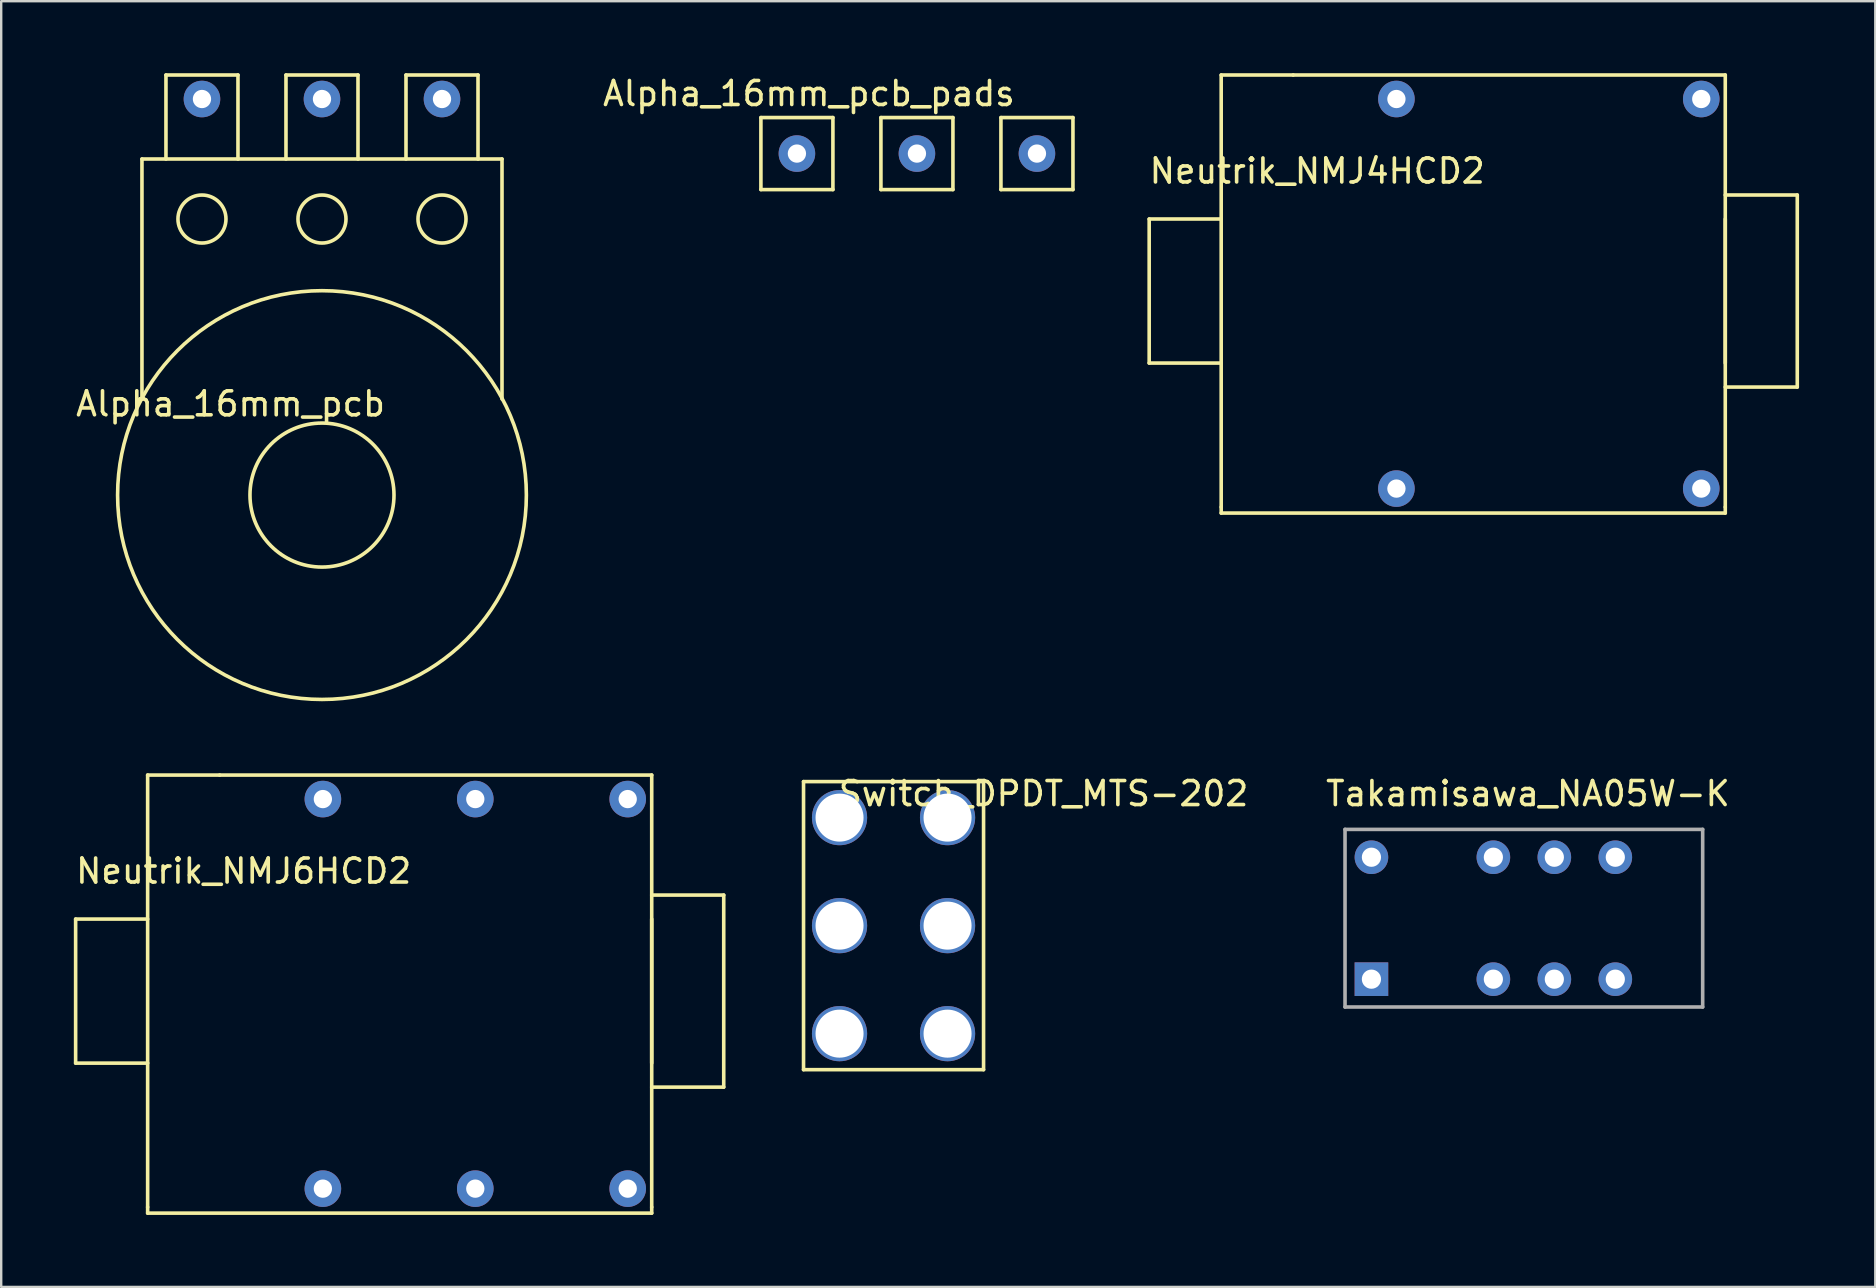
<source format=kicad_pcb>
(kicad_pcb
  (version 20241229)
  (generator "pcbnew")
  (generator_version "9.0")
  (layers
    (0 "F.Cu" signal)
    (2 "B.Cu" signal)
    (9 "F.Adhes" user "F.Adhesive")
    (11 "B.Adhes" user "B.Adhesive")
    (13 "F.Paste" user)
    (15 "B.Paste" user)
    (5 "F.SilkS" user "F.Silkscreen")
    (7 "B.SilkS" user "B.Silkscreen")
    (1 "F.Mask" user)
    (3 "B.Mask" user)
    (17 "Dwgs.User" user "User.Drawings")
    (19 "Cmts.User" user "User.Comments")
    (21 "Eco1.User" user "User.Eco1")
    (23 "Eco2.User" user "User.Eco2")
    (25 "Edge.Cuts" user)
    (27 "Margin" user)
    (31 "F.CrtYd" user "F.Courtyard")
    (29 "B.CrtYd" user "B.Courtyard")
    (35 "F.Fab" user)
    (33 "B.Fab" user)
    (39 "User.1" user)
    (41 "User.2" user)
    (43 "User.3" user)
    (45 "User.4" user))
  (footprint "Alpha_16mm_pcb_pads"
    (layer "F.Cu")
    (at 35.15 3.348)
    (property "Reference" "Alpha_16mm_pcb_pads" (at -4.5 -2.5 0) (layer "F.SilkS") (effects (font (size 1 1) (thickness 0.15))))
    (attr through_hole)
    (fp_line (start -6.5 -1.5) (end -6.5 1.5) (stroke (width 0.15) (type solid)) (layer "F.SilkS"))
    (fp_line (start -6.5 -1.5) (end -3.5 -1.5) (stroke (width 0.15) (type solid)) (layer "F.SilkS"))
    (fp_line (start -3.5 -1.5) (end -3.5 1.5) (stroke (width 0.15) (type solid)) (layer "F.SilkS"))
    (fp_line (start -3.5 1.5) (end -6.5 1.5) (stroke (width 0.15) (type solid)) (layer "F.SilkS"))
    (fp_line (start -1.5 -1.5) (end -1.5 1.5) (stroke (width 0.15) (type solid)) (layer "F.SilkS"))
    (fp_line (start -1.5 -1.5) (end 1.5 -1.5) (stroke (width 0.15) (type solid)) (layer "F.SilkS"))
    (fp_line (start 1.5 -1.5) (end 1.5 1.5) (stroke (width 0.15) (type solid)) (layer "F.SilkS"))
    (fp_line (start 1.5 1.5) (end -1.5 1.5) (stroke (width 0.15) (type solid)) (layer "F.SilkS"))
    (fp_line (start 3.5 -1.5) (end 3.5 1.5) (stroke (width 0.15) (type solid)) (layer "F.SilkS"))
    (fp_line (start 3.5 -1.5) (end 6.5 -1.5) (stroke (width 0.15) (type solid)) (layer "F.SilkS"))
    (fp_line (start 6.5 1.5) (end 3.5 1.5) (stroke (width 0.15) (type solid)) (layer "F.SilkS"))
    (fp_line (start 6.5 1.5) (end 6.5 -1.5) (stroke (width 0.15) (type solid)) (layer "F.SilkS"))
    (pad "1" thru_hole circle (at 5 0) (size 1.524 1.524) (drill 0.762) (layers "*.Cu" "*.Mask"))
    (pad "2" thru_hole circle (at 0 0) (size 1.524 1.524) (drill 0.762) (layers "*.Cu" "*.Mask"))
    (pad "3" thru_hole circle (at -5 0) (size 1.524 1.524) (drill 0.762) (layers "*.Cu" "*.Mask")))
  (footprint "Takamisawa_NA05W-K"
    (layer "F.Cu")
    (at 56.625 35.203)
    (property "Reference" "Takamisawa_NA05W-K" (at 3.98 -5.19 0) (layer "F.SilkS") (effects (font (size 1 1) (thickness 0.15))))
    (attr through_hole)
    (fp_line (start -3.64 -3.7) (end -3.64 3.7) (stroke (width 0.15) (type solid)) (layer "F.Fab"))
    (fp_line (start -3.64 3.7) (end 11.26 3.7) (stroke (width 0.15) (type solid)) (layer "F.Fab"))
    (fp_line (start 11.26 -3.7) (end -3.64 -3.7) (stroke (width 0.15) (type solid)) (layer "F.Fab"))
    (fp_line (start 11.26 3.7) (end 11.26 -3.7) (stroke (width 0.15) (type solid)) (layer "F.Fab"))
    (pad "1" thru_hole circle (at -2.54 -2.54) (size 1.4 1.4) (drill 0.8) (layers "*.Cu" "*.Mask"))
    (pad "3" thru_hole circle (at 2.54 -2.54) (size 1.4 1.4) (drill 0.8) (layers "*.Cu" "*.Mask"))
    (pad "4" thru_hole circle (at 5.08 -2.54) (size 1.4 1.4) (drill 0.8) (layers "*.Cu" "*.Mask"))
    (pad "5" thru_hole circle (at 7.62 -2.54) (size 1.4 1.4) (drill 0.8) (layers "*.Cu" "*.Mask"))
    (pad "8" thru_hole circle (at 7.62 2.54) (size 1.4 1.4) (drill 0.8) (layers "*.Cu" "*.Mask"))
    (pad "9" thru_hole circle (at 5.08 2.54) (size 1.4 1.4) (drill 0.8) (layers "*.Cu" "*.Mask"))
    (pad "10" thru_hole circle (at 2.54 2.54) (size 1.4 1.4) (drill 0.8) (layers "*.Cu" "*.Mask"))
    (pad "12" thru_hole rect (at -2.54 2.54) (size 1.4 1.4) (drill 0.8) (layers "*.Cu" "*.Mask")))
  (footprint "Neutrik_NMJ4HCD2"
    (layer "F.Cu")
    (at 71.826 9.075)
    (property "Reference" "Neutrik_NMJ4HCD2" (at -20 -5 0) (layer "F.SilkS") (effects (font (size 1 1) (thickness 0.15))))
    (attr through_hole)
    (fp_line (start -27 -3) (end -27 3) (stroke (width 0.15) (type solid)) (layer "F.SilkS"))
    (fp_line (start -27 -3) (end -24 -3) (stroke (width 0.15) (type solid)) (layer "F.SilkS"))
    (fp_line (start -24 -9) (end -24 9) (stroke (width 0.15) (type solid)) (layer "F.SilkS"))
    (fp_line (start -24 3) (end -27 3) (stroke (width 0.15) (type solid)) (layer "F.SilkS"))
    (fp_line (start -24 9.25) (end -24 9) (stroke (width 0.15) (type solid)) (layer "F.SilkS"))
    (fp_line (start -21 -9) (end -24 -9) (stroke (width 0.15) (type solid)) (layer "F.SilkS"))
    (fp_line (start -3 -9) (end -21 -9) (stroke (width 0.15) (type solid)) (layer "F.SilkS"))
    (fp_line (start -3 -4) (end 0 -4) (stroke (width 0.15) (type solid)) (layer "F.SilkS"))
    (fp_line (start -3 -3) (end -3 3) (stroke (width 0.15) (type solid)) (layer "F.SilkS"))
    (fp_line (start -3 9) (end -3 -9) (stroke (width 0.15) (type solid)) (layer "F.SilkS"))
    (fp_line (start -3 9) (end -3 9.25) (stroke (width 0.15) (type solid)) (layer "F.SilkS"))
    (fp_line (start -3 9.25) (end -24 9.25) (stroke (width 0.15) (type solid)) (layer "F.SilkS"))
    (fp_line (start 0 -4) (end 0 4) (stroke (width 0.15) (type solid)) (layer "F.SilkS"))
    (fp_line (start 0 4) (end -3 4) (stroke (width 0.15) (type solid)) (layer "F.SilkS"))
    (pad "S" thru_hole circle (at -4 -8) (size 1.524 1.524) (drill 0.762) (layers "*.Cu" "*.Mask"))
    (pad "SN" thru_hole circle (at -4 8.23) (size 1.524 1.524) (drill 0.762) (layers "*.Cu" "*.Mask"))
    (pad "T" thru_hole circle (at -16.7 -8) (size 1.524 1.524) (drill 0.762) (layers "*.Cu" "*.Mask"))
    (pad "TN" thru_hole circle (at -16.7 8.23) (size 1.524 1.524) (drill 0.762) (layers "*.Cu" "*.Mask")))
  (footprint "Switch_DPDT_MTS-202"
    (layer "F.Cu")
    (at 31.926 31.013)
    (property "Reference" "Switch_DPDT_MTS-202" (at 8.5 -1 0) (layer "F.SilkS") (effects (font (size 1 1) (thickness 0.15))))
    (attr through_hole)
    (fp_line (start -1.5 -1.5) (end 6 -1.5) (stroke (width 0.15) (type solid)) (layer "F.SilkS"))
    (fp_line (start -1.5 10.5) (end -1.5 -1.5) (stroke (width 0.15) (type solid)) (layer "F.SilkS"))
    (fp_line (start 6 -1.5) (end 6 10.5) (stroke (width 0.15) (type solid)) (layer "F.SilkS"))
    (fp_line (start 6 10.5) (end -1.5 10.5) (stroke (width 0.15) (type solid)) (layer "F.SilkS"))
    (pad "1" thru_hole circle (at 0 0) (size 2.3 2.3) (drill 2) (layers "*.Cu" "*.Mask"))
    (pad "2" thru_hole circle (at 0 4.5) (size 2.3 2.3) (drill 2) (layers "*.Cu" "*.Mask"))
    (pad "3" thru_hole circle (at 0 9) (size 2.3 2.3) (drill 2) (layers "*.Cu" "*.Mask"))
    (pad "4" thru_hole circle (at 4.5 0) (size 2.3 2.3) (drill 2) (layers "*.Cu" "*.Mask"))
    (pad "5" thru_hole circle (at 4.5 4.5) (size 2.3 2.3) (drill 2) (layers "*.Cu" "*.Mask"))
    (pad "6" thru_hole circle (at 4.5 9) (size 2.3 2.3) (drill 2) (layers "*.Cu" "*.Mask")))
  (footprint "Alpha_16mm_pcb"
    (layer "F.Cu")
    (at 10.364 1.075)
    (property "Reference" "Alpha_16mm_pcb" (at -3.81 12.7 0) (layer "F.SilkS") (effects (font (size 1 1) (thickness 0.15))))
    (attr through_hole)
    (fp_line (start -7.5 2.5) (end -7.5 12.5) (stroke (width 0.15) (type solid)) (layer "F.SilkS"))
    (fp_line (start -6.5 -1) (end -6.5 2.5) (stroke (width 0.15) (type solid)) (layer "F.SilkS"))
    (fp_line (start -3.5 -1) (end -6.5 -1) (stroke (width 0.15) (type solid)) (layer "F.SilkS"))
    (fp_line (start -3.5 -1) (end -3.5 2.5) (stroke (width 0.15) (type solid)) (layer "F.SilkS"))
    (fp_line (start -1.5 -1) (end -1.5 2.5) (stroke (width 0.15) (type solid)) (layer "F.SilkS"))
    (fp_line (start -1.5 -1) (end 1.5 -1) (stroke (width 0.15) (type solid)) (layer "F.SilkS"))
    (fp_line (start 1.5 -1) (end 1.5 2.5) (stroke (width 0.15) (type solid)) (layer "F.SilkS"))
    (fp_line (start 3.5 -1) (end 6.5 -1) (stroke (width 0.15) (type solid)) (layer "F.SilkS"))
    (fp_line (start 3.5 2.5) (end 3.5 -1) (stroke (width 0.15) (type solid)) (layer "F.SilkS"))
    (fp_line (start 6.5 -1) (end 6.5 2.5) (stroke (width 0.15) (type solid)) (layer "F.SilkS"))
    (fp_line (start 7.5 2.5) (end -7.5 2.5) (stroke (width 0.15) (type solid)) (layer "F.SilkS"))
    (fp_line (start 7.5 12.5) (end 7.5 2.5) (stroke (width 0.15) (type solid)) (layer "F.SilkS"))
    (fp_circle (center -5 5) (end -5 6) (stroke (width 0.15) (type solid)) (fill no) (layer "F.SilkS"))
    (fp_circle (center 0 5) (end 0 4) (stroke (width 0.15) (type solid)) (fill no) (layer "F.SilkS"))
    (fp_circle (center 0 16.5) (end 3 16.5) (stroke (width 0.15) (type solid)) (fill no) (layer "F.SilkS"))
    (fp_circle (center 0 16.5) (end 8.5 17) (stroke (width 0.15) (type solid)) (fill no) (layer "F.SilkS"))
    (fp_circle (center 5 5) (end 5 4) (stroke (width 0.15) (type solid)) (fill no) (layer "F.SilkS"))
    (pad "1" thru_hole circle (at 5 0) (size 1.524 1.524) (drill 0.762) (layers "*.Cu" "*.Mask"))
    (pad "2" thru_hole circle (at 0 0) (size 1.524 1.524) (drill 0.762) (layers "*.Cu" "*.Mask"))
    (pad "3" thru_hole circle (at -5 0) (size 1.524 1.524) (drill 0.762) (layers "*.Cu" "*.Mask")))
  (footprint "Neutrik_NMJ6HCD2"
    (layer "F.Cu")
    (at 27.101 38.24)
    (property "Reference" "Neutrik_NMJ6HCD2" (at -20 -5 0) (layer "F.SilkS") (effects (font (size 1 1) (thickness 0.15))))
    (attr through_hole)
    (fp_line (start -27 -3) (end -27 3) (stroke (width 0.15) (type solid)) (layer "F.SilkS"))
    (fp_line (start -27 -3) (end -24 -3) (stroke (width 0.15) (type solid)) (layer "F.SilkS"))
    (fp_line (start -24 -9) (end -24 9) (stroke (width 0.15) (type solid)) (layer "F.SilkS"))
    (fp_line (start -24 3) (end -27 3) (stroke (width 0.15) (type solid)) (layer "F.SilkS"))
    (fp_line (start -24 9.25) (end -24 9) (stroke (width 0.15) (type solid)) (layer "F.SilkS"))
    (fp_line (start -21 -9) (end -24 -9) (stroke (width 0.15) (type solid)) (layer "F.SilkS"))
    (fp_line (start -3 -9) (end -21 -9) (stroke (width 0.15) (type solid)) (layer "F.SilkS"))
    (fp_line (start -3 -4) (end 0 -4) (stroke (width 0.15) (type solid)) (layer "F.SilkS"))
    (fp_line (start -3 -3) (end -3 3) (stroke (width 0.15) (type solid)) (layer "F.SilkS"))
    (fp_line (start -3 9) (end -3 -9) (stroke (width 0.15) (type solid)) (layer "F.SilkS"))
    (fp_line (start -3 9) (end -3 9.25) (stroke (width 0.15) (type solid)) (layer "F.SilkS"))
    (fp_line (start -3 9.25) (end -24 9.25) (stroke (width 0.15) (type solid)) (layer "F.SilkS"))
    (fp_line (start 0 -4) (end 0 4) (stroke (width 0.15) (type solid)) (layer "F.SilkS"))
    (fp_line (start 0 4) (end -3 4) (stroke (width 0.15) (type solid)) (layer "F.SilkS"))
    (pad "R" thru_hole circle (at -10.35 -8) (size 1.524 1.524) (drill 0.762) (layers "*.Cu" "*.Mask"))
    (pad "RN" thru_hole circle (at -10.35 8.23) (size 1.524 1.524) (drill 0.762) (layers "*.Cu" "*.Mask"))
    (pad "S" thru_hole circle (at -4 -8) (size 1.524 1.524) (drill 0.762) (layers "*.Cu" "*.Mask"))
    (pad "SN" thru_hole circle (at -4 8.23) (size 1.524 1.524) (drill 0.762) (layers "*.Cu" "*.Mask"))
    (pad "T" thru_hole circle (at -16.7 -8) (size 1.524 1.524) (drill 0.762) (layers "*.Cu" "*.Mask"))
    (pad "TN" thru_hole circle (at -16.7 8.23) (size 1.524 1.524) (drill 0.762) (layers "*.Cu" "*.Mask")))
  (gr_rect
    (start -3 -3)
    (end 75.076 50.565)
    (stroke (width 0.1) (type default))
    (fill no)
    (layer "Edge.Cuts")))
</source>
